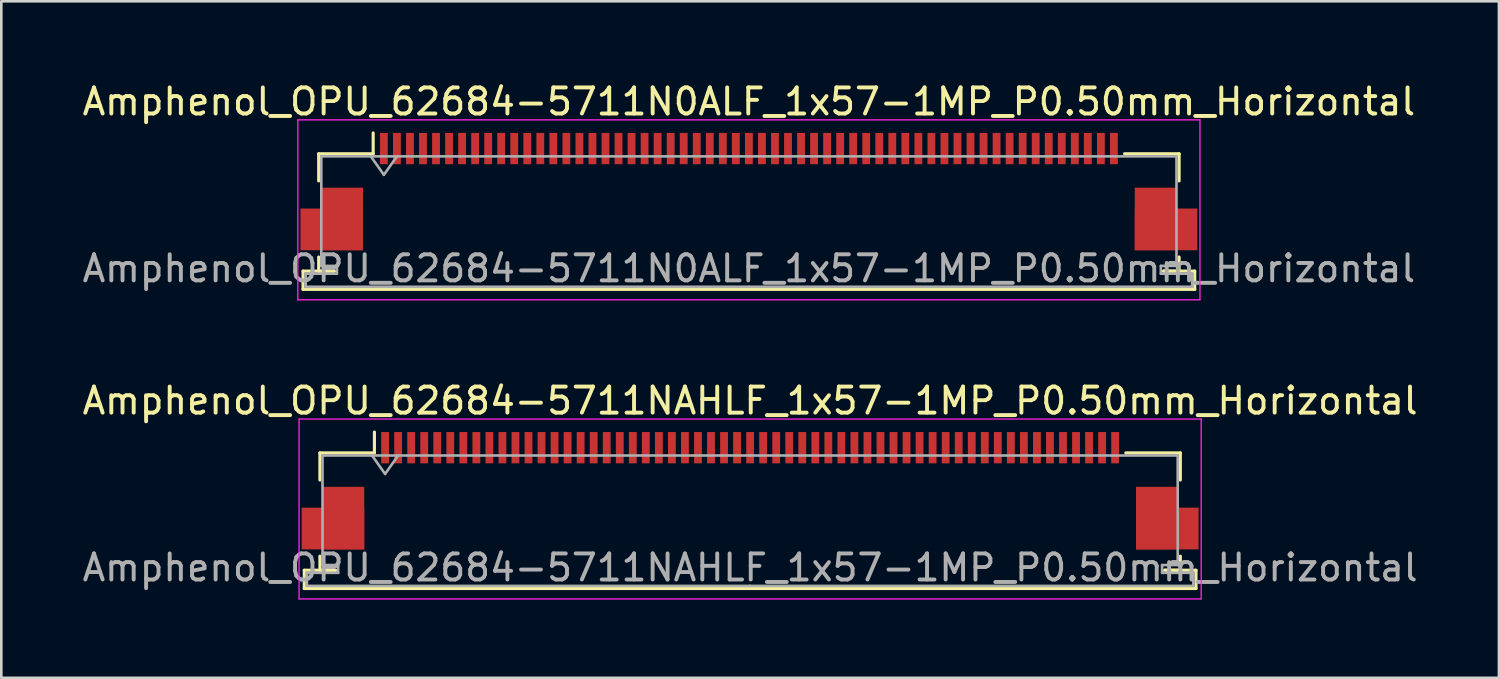
<source format=kicad_pcb>
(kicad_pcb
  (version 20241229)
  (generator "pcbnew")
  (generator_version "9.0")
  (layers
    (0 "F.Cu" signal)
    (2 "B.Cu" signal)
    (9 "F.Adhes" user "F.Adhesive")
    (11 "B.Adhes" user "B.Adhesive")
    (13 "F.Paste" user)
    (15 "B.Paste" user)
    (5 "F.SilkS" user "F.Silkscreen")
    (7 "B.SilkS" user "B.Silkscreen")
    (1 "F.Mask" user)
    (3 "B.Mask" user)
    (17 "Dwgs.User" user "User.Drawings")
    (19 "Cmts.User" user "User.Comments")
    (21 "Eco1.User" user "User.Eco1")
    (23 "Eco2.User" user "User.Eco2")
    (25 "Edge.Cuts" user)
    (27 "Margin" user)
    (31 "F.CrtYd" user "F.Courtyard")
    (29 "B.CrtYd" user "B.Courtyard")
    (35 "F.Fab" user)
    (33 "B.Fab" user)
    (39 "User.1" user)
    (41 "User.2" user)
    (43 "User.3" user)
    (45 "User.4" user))
  (footprint "Amphenol_OPU_62684-5711NAHLF_1x57-1MP_P0.50mm_Horizontal"
    (layer "F.Cu")
    (at 25.72 15.771)
    (property "Reference" "Amphenol_OPU_62684-5711NAHLF_1x57-1MP_P0.50mm_Horizontal" (at 0 -3.45 0) (layer "F.SilkS") (effects (font (size 1 1) (thickness 0.15))))
    (attr smd)
    (fp_line (start -17.1 3.05) (end -17.1 3.75) (stroke (width 0.12) (type solid)) (layer "F.SilkS"))
    (fp_line (start -17.1 3.75) (end 17.1 3.75) (stroke (width 0.12) (type solid)) (layer "F.SilkS"))
    (fp_line (start -16.5 -1.45) (end -16.5 -0.41) (stroke (width 0.12) (type solid)) (layer "F.SilkS"))
    (fp_line (start -16.5 2.51) (end -16.5 3.05) (stroke (width 0.12) (type solid)) (layer "F.SilkS"))
    (fp_line (start -16.5 3.05) (end -15.9 3.05) (stroke (width 0.12) (type solid)) (layer "F.SilkS"))
    (fp_line (start -15.9 3.05) (end -17.1 3.05) (stroke (width 0.12) (type solid)) (layer "F.SilkS"))
    (fp_line (start -14.41 -1.45) (end -16.5 -1.45) (stroke (width 0.12) (type solid)) (layer "F.SilkS"))
    (fp_line (start -14.41 -1.45) (end -14.41 -2.25) (stroke (width 0.12) (type solid)) (layer "F.SilkS"))
    (fp_line (start 14.41 -1.45) (end 16.5 -1.45) (stroke (width 0.12) (type solid)) (layer "F.SilkS"))
    (fp_line (start 15.9 3.05) (end 16.5 3.05) (stroke (width 0.12) (type solid)) (layer "F.SilkS"))
    (fp_line (start 16.5 -1.45) (end 16.5 -0.41) (stroke (width 0.12) (type solid)) (layer "F.SilkS"))
    (fp_line (start 16.5 3.05) (end 16.5 2.51) (stroke (width 0.12) (type solid)) (layer "F.SilkS"))
    (fp_line (start 17.1 3.05) (end 15.9 3.05) (stroke (width 0.12) (type solid)) (layer "F.SilkS"))
    (fp_line (start 17.1 3.75) (end 17.1 3.05) (stroke (width 0.12) (type solid)) (layer "F.SilkS"))
    (fp_line (start -17.3 -2.75) (end -17.3 4.15) (stroke (width 0.05) (type solid)) (layer "F.CrtYd"))
    (fp_line (start -17.3 4.15) (end 17.3 4.15) (stroke (width 0.05) (type solid)) (layer "F.CrtYd"))
    (fp_line (start 17.3 -2.75) (end -17.3 -2.75) (stroke (width 0.05) (type solid)) (layer "F.CrtYd"))
    (fp_line (start 17.3 4.15) (end 17.3 -2.75) (stroke (width 0.05) (type solid)) (layer "F.CrtYd"))
    (fp_line (start -17 3.15) (end -17 3.65) (stroke (width 0.1) (type solid)) (layer "F.Fab"))
    (fp_line (start -17 3.65) (end 0 3.65) (stroke (width 0.1) (type solid)) (layer "F.Fab"))
    (fp_line (start -16.4 -1.35) (end -16.4 2.85) (stroke (width 0.1) (type solid)) (layer "F.Fab"))
    (fp_line (start -16.4 2.85) (end -15.8 2.85) (stroke (width 0.1) (type solid)) (layer "F.Fab"))
    (fp_line (start -15.8 2.85) (end -15.8 3.15) (stroke (width 0.1) (type solid)) (layer "F.Fab"))
    (fp_line (start -15.8 3.15) (end -17 3.15) (stroke (width 0.1) (type solid)) (layer "F.Fab"))
    (fp_line (start -14.5 -1.35) (end -14 -0.643) (stroke (width 0.1) (type solid)) (layer "F.Fab"))
    (fp_line (start -14 -0.643) (end -13.5 -1.35) (stroke (width 0.1) (type solid)) (layer "F.Fab"))
    (fp_line (start 0 -1.35) (end -16.4 -1.35) (stroke (width 0.1) (type solid)) (layer "F.Fab"))
    (fp_line (start 0 -1.35) (end 16.4 -1.35) (stroke (width 0.1) (type solid)) (layer "F.Fab"))
    (fp_line (start 15.8 2.85) (end 15.8 3.15) (stroke (width 0.1) (type solid)) (layer "F.Fab"))
    (fp_line (start 15.8 3.15) (end 17 3.15) (stroke (width 0.1) (type solid)) (layer "F.Fab"))
    (fp_line (start 16.4 -1.35) (end 16.4 2.85) (stroke (width 0.1) (type solid)) (layer "F.Fab"))
    (fp_line (start 16.4 2.85) (end 15.8 2.85) (stroke (width 0.1) (type solid)) (layer "F.Fab"))
    (fp_line (start 17 3.15) (end 17 3.65) (stroke (width 0.1) (type solid)) (layer "F.Fab"))
    (fp_line (start 17 3.65) (end 0 3.65) (stroke (width 0.1) (type solid)) (layer "F.Fab"))
    (fp_text user "${REFERENCE}" (at 0 2.95 0) (layer "F.Fab") (effects (font (size 1 1) (thickness 0.15))))
    (pad "1" smd rect (at -14 -1.65) (size 0.3 1.2) (layers "F.Cu" "F.Mask" "F.Paste"))
    (pad "2" smd rect (at -13.5 -1.65) (size 0.3 1.2) (layers "F.Cu" "F.Mask" "F.Paste"))
    (pad "3" smd rect (at -13 -1.65) (size 0.3 1.2) (layers "F.Cu" "F.Mask" "F.Paste"))
    (pad "4" smd rect (at -12.5 -1.65) (size 0.3 1.2) (layers "F.Cu" "F.Mask" "F.Paste"))
    (pad "5" smd rect (at -12 -1.65) (size 0.3 1.2) (layers "F.Cu" "F.Mask" "F.Paste"))
    (pad "6" smd rect (at -11.5 -1.65) (size 0.3 1.2) (layers "F.Cu" "F.Mask" "F.Paste"))
    (pad "7" smd rect (at -11 -1.65) (size 0.3 1.2) (layers "F.Cu" "F.Mask" "F.Paste"))
    (pad "8" smd rect (at -10.5 -1.65) (size 0.3 1.2) (layers "F.Cu" "F.Mask" "F.Paste"))
    (pad "9" smd rect (at -10 -1.65) (size 0.3 1.2) (layers "F.Cu" "F.Mask" "F.Paste"))
    (pad "10" smd rect (at -9.5 -1.65) (size 0.3 1.2) (layers "F.Cu" "F.Mask" "F.Paste"))
    (pad "11" smd rect (at -9 -1.65) (size 0.3 1.2) (layers "F.Cu" "F.Mask" "F.Paste"))
    (pad "12" smd rect (at -8.5 -1.65) (size 0.3 1.2) (layers "F.Cu" "F.Mask" "F.Paste"))
    (pad "13" smd rect (at -8 -1.65) (size 0.3 1.2) (layers "F.Cu" "F.Mask" "F.Paste"))
    (pad "14" smd rect (at -7.5 -1.65) (size 0.3 1.2) (layers "F.Cu" "F.Mask" "F.Paste"))
    (pad "15" smd rect (at -7 -1.65) (size 0.3 1.2) (layers "F.Cu" "F.Mask" "F.Paste"))
    (pad "16" smd rect (at -6.5 -1.65) (size 0.3 1.2) (layers "F.Cu" "F.Mask" "F.Paste"))
    (pad "17" smd rect (at -6 -1.65) (size 0.3 1.2) (layers "F.Cu" "F.Mask" "F.Paste"))
    (pad "18" smd rect (at -5.5 -1.65) (size 0.3 1.2) (layers "F.Cu" "F.Mask" "F.Paste"))
    (pad "19" smd rect (at -5 -1.65) (size 0.3 1.2) (layers "F.Cu" "F.Mask" "F.Paste"))
    (pad "20" smd rect (at -4.5 -1.65) (size 0.3 1.2) (layers "F.Cu" "F.Mask" "F.Paste"))
    (pad "21" smd rect (at -4 -1.65) (size 0.3 1.2) (layers "F.Cu" "F.Mask" "F.Paste"))
    (pad "22" smd rect (at -3.5 -1.65) (size 0.3 1.2) (layers "F.Cu" "F.Mask" "F.Paste"))
    (pad "23" smd rect (at -3 -1.65) (size 0.3 1.2) (layers "F.Cu" "F.Mask" "F.Paste"))
    (pad "24" smd rect (at -2.5 -1.65) (size 0.3 1.2) (layers "F.Cu" "F.Mask" "F.Paste"))
    (pad "25" smd rect (at -2 -1.65) (size 0.3 1.2) (layers "F.Cu" "F.Mask" "F.Paste"))
    (pad "26" smd rect (at -1.5 -1.65) (size 0.3 1.2) (layers "F.Cu" "F.Mask" "F.Paste"))
    (pad "27" smd rect (at -1 -1.65) (size 0.3 1.2) (layers "F.Cu" "F.Mask" "F.Paste"))
    (pad "28" smd rect (at -0.5 -1.65) (size 0.3 1.2) (layers "F.Cu" "F.Mask" "F.Paste"))
    (pad "29" smd rect (at 0 -1.65) (size 0.3 1.2) (layers "F.Cu" "F.Mask" "F.Paste"))
    (pad "30" smd rect (at 0.5 -1.65) (size 0.3 1.2) (layers "F.Cu" "F.Mask" "F.Paste"))
    (pad "31" smd rect (at 1 -1.65) (size 0.3 1.2) (layers "F.Cu" "F.Mask" "F.Paste"))
    (pad "32" smd rect (at 1.5 -1.65) (size 0.3 1.2) (layers "F.Cu" "F.Mask" "F.Paste"))
    (pad "33" smd rect (at 2 -1.65) (size 0.3 1.2) (layers "F.Cu" "F.Mask" "F.Paste"))
    (pad "34" smd rect (at 2.5 -1.65) (size 0.3 1.2) (layers "F.Cu" "F.Mask" "F.Paste"))
    (pad "35" smd rect (at 3 -1.65) (size 0.3 1.2) (layers "F.Cu" "F.Mask" "F.Paste"))
    (pad "36" smd rect (at 3.5 -1.65) (size 0.3 1.2) (layers "F.Cu" "F.Mask" "F.Paste"))
    (pad "37" smd rect (at 4 -1.65) (size 0.3 1.2) (layers "F.Cu" "F.Mask" "F.Paste"))
    (pad "38" smd rect (at 4.5 -1.65) (size 0.3 1.2) (layers "F.Cu" "F.Mask" "F.Paste"))
    (pad "39" smd rect (at 5 -1.65) (size 0.3 1.2) (layers "F.Cu" "F.Mask" "F.Paste"))
    (pad "40" smd rect (at 5.5 -1.65) (size 0.3 1.2) (layers "F.Cu" "F.Mask" "F.Paste"))
    (pad "41" smd rect (at 6 -1.65) (size 0.3 1.2) (layers "F.Cu" "F.Mask" "F.Paste"))
    (pad "42" smd rect (at 6.5 -1.65) (size 0.3 1.2) (layers "F.Cu" "F.Mask" "F.Paste"))
    (pad "43" smd rect (at 7 -1.65) (size 0.3 1.2) (layers "F.Cu" "F.Mask" "F.Paste"))
    (pad "44" smd rect (at 7.5 -1.65) (size 0.3 1.2) (layers "F.Cu" "F.Mask" "F.Paste"))
    (pad "45" smd rect (at 8 -1.65) (size 0.3 1.2) (layers "F.Cu" "F.Mask" "F.Paste"))
    (pad "46" smd rect (at 8.5 -1.65) (size 0.3 1.2) (layers "F.Cu" "F.Mask" "F.Paste"))
    (pad "47" smd rect (at 9 -1.65) (size 0.3 1.2) (layers "F.Cu" "F.Mask" "F.Paste"))
    (pad "48" smd rect (at 9.5 -1.65) (size 0.3 1.2) (layers "F.Cu" "F.Mask" "F.Paste"))
    (pad "49" smd rect (at 10 -1.65) (size 0.3 1.2) (layers "F.Cu" "F.Mask" "F.Paste"))
    (pad "50" smd rect (at 10.5 -1.65) (size 0.3 1.2) (layers "F.Cu" "F.Mask" "F.Paste"))
    (pad "51" smd rect (at 11 -1.65) (size 0.3 1.2) (layers "F.Cu" "F.Mask" "F.Paste"))
    (pad "52" smd rect (at 11.5 -1.65) (size 0.3 1.2) (layers "F.Cu" "F.Mask" "F.Paste"))
    (pad "53" smd rect (at 12 -1.65) (size 0.3 1.2) (layers "F.Cu" "F.Mask" "F.Paste"))
    (pad "54" smd rect (at 12.5 -1.65) (size 0.3 1.2) (layers "F.Cu" "F.Mask" "F.Paste"))
    (pad "55" smd rect (at 13 -1.65) (size 0.3 1.2) (layers "F.Cu" "F.Mask" "F.Paste"))
    (pad "56" smd rect (at 13.5 -1.65) (size 0.3 1.2) (layers "F.Cu" "F.Mask" "F.Paste"))
    (pad "57" smd rect (at 14 -1.65) (size 0.3 1.2) (layers "F.Cu" "F.Mask" "F.Paste"))
    (pad "MP" smd rect (at -16 1.45) (size 2.4 1.6) (layers "F.Cu" "F.Mask" "F.Paste"))
    (pad "MP" smd rect (at -15.6 1.05) (size 1.6 2.4) (layers "F.Cu" "F.Mask" "F.Paste"))
    (pad "MP" smd rect (at 15.6 1.05) (size 1.6 2.4) (layers "F.Cu" "F.Mask" "F.Paste"))
    (pad "MP" smd rect (at 16 1.45) (size 2.4 1.6) (layers "F.Cu" "F.Mask" "F.Paste")))
  (footprint "Amphenol_OPU_62684-5711N0ALF_1x57-1MP_P0.50mm_Horizontal"
    (layer "F.Cu")
    (at 25.673 4.298)
    (property "Reference" "Amphenol_OPU_62684-5711N0ALF_1x57-1MP_P0.50mm_Horizontal" (at 0 -3.45 0) (layer "F.SilkS") (effects (font (size 1 1) (thickness 0.15))))
    (attr smd)
    (fp_line (start -17.1 3.05) (end -17.1 3.75) (stroke (width 0.12) (type solid)) (layer "F.SilkS"))
    (fp_line (start -17.1 3.75) (end 17.1 3.75) (stroke (width 0.12) (type solid)) (layer "F.SilkS"))
    (fp_line (start -16.5 -1.45) (end -16.5 -0.41) (stroke (width 0.12) (type solid)) (layer "F.SilkS"))
    (fp_line (start -16.5 2.51) (end -16.5 3.05) (stroke (width 0.12) (type solid)) (layer "F.SilkS"))
    (fp_line (start -16.5 3.05) (end -15.9 3.05) (stroke (width 0.12) (type solid)) (layer "F.SilkS"))
    (fp_line (start -15.9 3.05) (end -17.1 3.05) (stroke (width 0.12) (type solid)) (layer "F.SilkS"))
    (fp_line (start -14.41 -1.45) (end -16.5 -1.45) (stroke (width 0.12) (type solid)) (layer "F.SilkS"))
    (fp_line (start -14.41 -1.45) (end -14.41 -2.25) (stroke (width 0.12) (type solid)) (layer "F.SilkS"))
    (fp_line (start 14.41 -1.45) (end 16.5 -1.45) (stroke (width 0.12) (type solid)) (layer "F.SilkS"))
    (fp_line (start 15.9 3.05) (end 16.5 3.05) (stroke (width 0.12) (type solid)) (layer "F.SilkS"))
    (fp_line (start 16.5 -1.45) (end 16.5 -0.41) (stroke (width 0.12) (type solid)) (layer "F.SilkS"))
    (fp_line (start 16.5 3.05) (end 16.5 2.51) (stroke (width 0.12) (type solid)) (layer "F.SilkS"))
    (fp_line (start 17.1 3.05) (end 15.9 3.05) (stroke (width 0.12) (type solid)) (layer "F.SilkS"))
    (fp_line (start 17.1 3.75) (end 17.1 3.05) (stroke (width 0.12) (type solid)) (layer "F.SilkS"))
    (fp_line (start -17.3 -2.75) (end -17.3 4.15) (stroke (width 0.05) (type solid)) (layer "F.CrtYd"))
    (fp_line (start -17.3 4.15) (end 17.3 4.15) (stroke (width 0.05) (type solid)) (layer "F.CrtYd"))
    (fp_line (start 17.3 -2.75) (end -17.3 -2.75) (stroke (width 0.05) (type solid)) (layer "F.CrtYd"))
    (fp_line (start 17.3 4.15) (end 17.3 -2.75) (stroke (width 0.05) (type solid)) (layer "F.CrtYd"))
    (fp_line (start -17 3.15) (end -17 3.65) (stroke (width 0.1) (type solid)) (layer "F.Fab"))
    (fp_line (start -17 3.65) (end 0 3.65) (stroke (width 0.1) (type solid)) (layer "F.Fab"))
    (fp_line (start -16.4 -1.35) (end -16.4 2.85) (stroke (width 0.1) (type solid)) (layer "F.Fab"))
    (fp_line (start -16.4 2.85) (end -15.8 2.85) (stroke (width 0.1) (type solid)) (layer "F.Fab"))
    (fp_line (start -15.8 2.85) (end -15.8 3.15) (stroke (width 0.1) (type solid)) (layer "F.Fab"))
    (fp_line (start -15.8 3.15) (end -17 3.15) (stroke (width 0.1) (type solid)) (layer "F.Fab"))
    (fp_line (start -14.5 -1.35) (end -14 -0.643) (stroke (width 0.1) (type solid)) (layer "F.Fab"))
    (fp_line (start -14 -0.643) (end -13.5 -1.35) (stroke (width 0.1) (type solid)) (layer "F.Fab"))
    (fp_line (start 0 -1.35) (end -16.4 -1.35) (stroke (width 0.1) (type solid)) (layer "F.Fab"))
    (fp_line (start 0 -1.35) (end 16.4 -1.35) (stroke (width 0.1) (type solid)) (layer "F.Fab"))
    (fp_line (start 15.8 2.85) (end 15.8 3.15) (stroke (width 0.1) (type solid)) (layer "F.Fab"))
    (fp_line (start 15.8 3.15) (end 17 3.15) (stroke (width 0.1) (type solid)) (layer "F.Fab"))
    (fp_line (start 16.4 -1.35) (end 16.4 2.85) (stroke (width 0.1) (type solid)) (layer "F.Fab"))
    (fp_line (start 16.4 2.85) (end 15.8 2.85) (stroke (width 0.1) (type solid)) (layer "F.Fab"))
    (fp_line (start 17 3.15) (end 17 3.65) (stroke (width 0.1) (type solid)) (layer "F.Fab"))
    (fp_line (start 17 3.65) (end 0 3.65) (stroke (width 0.1) (type solid)) (layer "F.Fab"))
    (fp_text user "${REFERENCE}" (at 0 2.95 0) (layer "F.Fab") (effects (font (size 1 1) (thickness 0.15))))
    (pad "1" smd rect (at -14 -1.65) (size 0.3 1.2) (layers "F.Cu" "F.Mask" "F.Paste"))
    (pad "2" smd rect (at -13.5 -1.65) (size 0.3 1.2) (layers "F.Cu" "F.Mask" "F.Paste"))
    (pad "3" smd rect (at -13 -1.65) (size 0.3 1.2) (layers "F.Cu" "F.Mask" "F.Paste"))
    (pad "4" smd rect (at -12.5 -1.65) (size 0.3 1.2) (layers "F.Cu" "F.Mask" "F.Paste"))
    (pad "5" smd rect (at -12 -1.65) (size 0.3 1.2) (layers "F.Cu" "F.Mask" "F.Paste"))
    (pad "6" smd rect (at -11.5 -1.65) (size 0.3 1.2) (layers "F.Cu" "F.Mask" "F.Paste"))
    (pad "7" smd rect (at -11 -1.65) (size 0.3 1.2) (layers "F.Cu" "F.Mask" "F.Paste"))
    (pad "8" smd rect (at -10.5 -1.65) (size 0.3 1.2) (layers "F.Cu" "F.Mask" "F.Paste"))
    (pad "9" smd rect (at -10 -1.65) (size 0.3 1.2) (layers "F.Cu" "F.Mask" "F.Paste"))
    (pad "10" smd rect (at -9.5 -1.65) (size 0.3 1.2) (layers "F.Cu" "F.Mask" "F.Paste"))
    (pad "11" smd rect (at -9 -1.65) (size 0.3 1.2) (layers "F.Cu" "F.Mask" "F.Paste"))
    (pad "12" smd rect (at -8.5 -1.65) (size 0.3 1.2) (layers "F.Cu" "F.Mask" "F.Paste"))
    (pad "13" smd rect (at -8 -1.65) (size 0.3 1.2) (layers "F.Cu" "F.Mask" "F.Paste"))
    (pad "14" smd rect (at -7.5 -1.65) (size 0.3 1.2) (layers "F.Cu" "F.Mask" "F.Paste"))
    (pad "15" smd rect (at -7 -1.65) (size 0.3 1.2) (layers "F.Cu" "F.Mask" "F.Paste"))
    (pad "16" smd rect (at -6.5 -1.65) (size 0.3 1.2) (layers "F.Cu" "F.Mask" "F.Paste"))
    (pad "17" smd rect (at -6 -1.65) (size 0.3 1.2) (layers "F.Cu" "F.Mask" "F.Paste"))
    (pad "18" smd rect (at -5.5 -1.65) (size 0.3 1.2) (layers "F.Cu" "F.Mask" "F.Paste"))
    (pad "19" smd rect (at -5 -1.65) (size 0.3 1.2) (layers "F.Cu" "F.Mask" "F.Paste"))
    (pad "20" smd rect (at -4.5 -1.65) (size 0.3 1.2) (layers "F.Cu" "F.Mask" "F.Paste"))
    (pad "21" smd rect (at -4 -1.65) (size 0.3 1.2) (layers "F.Cu" "F.Mask" "F.Paste"))
    (pad "22" smd rect (at -3.5 -1.65) (size 0.3 1.2) (layers "F.Cu" "F.Mask" "F.Paste"))
    (pad "23" smd rect (at -3 -1.65) (size 0.3 1.2) (layers "F.Cu" "F.Mask" "F.Paste"))
    (pad "24" smd rect (at -2.5 -1.65) (size 0.3 1.2) (layers "F.Cu" "F.Mask" "F.Paste"))
    (pad "25" smd rect (at -2 -1.65) (size 0.3 1.2) (layers "F.Cu" "F.Mask" "F.Paste"))
    (pad "26" smd rect (at -1.5 -1.65) (size 0.3 1.2) (layers "F.Cu" "F.Mask" "F.Paste"))
    (pad "27" smd rect (at -1 -1.65) (size 0.3 1.2) (layers "F.Cu" "F.Mask" "F.Paste"))
    (pad "28" smd rect (at -0.5 -1.65) (size 0.3 1.2) (layers "F.Cu" "F.Mask" "F.Paste"))
    (pad "29" smd rect (at 0 -1.65) (size 0.3 1.2) (layers "F.Cu" "F.Mask" "F.Paste"))
    (pad "30" smd rect (at 0.5 -1.65) (size 0.3 1.2) (layers "F.Cu" "F.Mask" "F.Paste"))
    (pad "31" smd rect (at 1 -1.65) (size 0.3 1.2) (layers "F.Cu" "F.Mask" "F.Paste"))
    (pad "32" smd rect (at 1.5 -1.65) (size 0.3 1.2) (layers "F.Cu" "F.Mask" "F.Paste"))
    (pad "33" smd rect (at 2 -1.65) (size 0.3 1.2) (layers "F.Cu" "F.Mask" "F.Paste"))
    (pad "34" smd rect (at 2.5 -1.65) (size 0.3 1.2) (layers "F.Cu" "F.Mask" "F.Paste"))
    (pad "35" smd rect (at 3 -1.65) (size 0.3 1.2) (layers "F.Cu" "F.Mask" "F.Paste"))
    (pad "36" smd rect (at 3.5 -1.65) (size 0.3 1.2) (layers "F.Cu" "F.Mask" "F.Paste"))
    (pad "37" smd rect (at 4 -1.65) (size 0.3 1.2) (layers "F.Cu" "F.Mask" "F.Paste"))
    (pad "38" smd rect (at 4.5 -1.65) (size 0.3 1.2) (layers "F.Cu" "F.Mask" "F.Paste"))
    (pad "39" smd rect (at 5 -1.65) (size 0.3 1.2) (layers "F.Cu" "F.Mask" "F.Paste"))
    (pad "40" smd rect (at 5.5 -1.65) (size 0.3 1.2) (layers "F.Cu" "F.Mask" "F.Paste"))
    (pad "41" smd rect (at 6 -1.65) (size 0.3 1.2) (layers "F.Cu" "F.Mask" "F.Paste"))
    (pad "42" smd rect (at 6.5 -1.65) (size 0.3 1.2) (layers "F.Cu" "F.Mask" "F.Paste"))
    (pad "43" smd rect (at 7 -1.65) (size 0.3 1.2) (layers "F.Cu" "F.Mask" "F.Paste"))
    (pad "44" smd rect (at 7.5 -1.65) (size 0.3 1.2) (layers "F.Cu" "F.Mask" "F.Paste"))
    (pad "45" smd rect (at 8 -1.65) (size 0.3 1.2) (layers "F.Cu" "F.Mask" "F.Paste"))
    (pad "46" smd rect (at 8.5 -1.65) (size 0.3 1.2) (layers "F.Cu" "F.Mask" "F.Paste"))
    (pad "47" smd rect (at 9 -1.65) (size 0.3 1.2) (layers "F.Cu" "F.Mask" "F.Paste"))
    (pad "48" smd rect (at 9.5 -1.65) (size 0.3 1.2) (layers "F.Cu" "F.Mask" "F.Paste"))
    (pad "49" smd rect (at 10 -1.65) (size 0.3 1.2) (layers "F.Cu" "F.Mask" "F.Paste"))
    (pad "50" smd rect (at 10.5 -1.65) (size 0.3 1.2) (layers "F.Cu" "F.Mask" "F.Paste"))
    (pad "51" smd rect (at 11 -1.65) (size 0.3 1.2) (layers "F.Cu" "F.Mask" "F.Paste"))
    (pad "52" smd rect (at 11.5 -1.65) (size 0.3 1.2) (layers "F.Cu" "F.Mask" "F.Paste"))
    (pad "53" smd rect (at 12 -1.65) (size 0.3 1.2) (layers "F.Cu" "F.Mask" "F.Paste"))
    (pad "54" smd rect (at 12.5 -1.65) (size 0.3 1.2) (layers "F.Cu" "F.Mask" "F.Paste"))
    (pad "55" smd rect (at 13 -1.65) (size 0.3 1.2) (layers "F.Cu" "F.Mask" "F.Paste"))
    (pad "56" smd rect (at 13.5 -1.65) (size 0.3 1.2) (layers "F.Cu" "F.Mask" "F.Paste"))
    (pad "57" smd rect (at 14 -1.65) (size 0.3 1.2) (layers "F.Cu" "F.Mask" "F.Paste"))
    (pad "MP" smd rect (at -16 1.45) (size 2.4 1.6) (layers "F.Cu" "F.Mask" "F.Paste"))
    (pad "MP" smd rect (at -15.6 1.05) (size 1.6 2.4) (layers "F.Cu" "F.Mask" "F.Paste"))
    (pad "MP" smd rect (at 15.6 1.05) (size 1.6 2.4) (layers "F.Cu" "F.Mask" "F.Paste"))
    (pad "MP" smd rect (at 16 1.45) (size 2.4 1.6) (layers "F.Cu" "F.Mask" "F.Paste")))
  (gr_rect
    (start -3 -3)
    (end 54.44 22.947)
    (stroke (width 0.1) (type default))
    (fill no)
    (layer "Edge.Cuts")))
</source>
